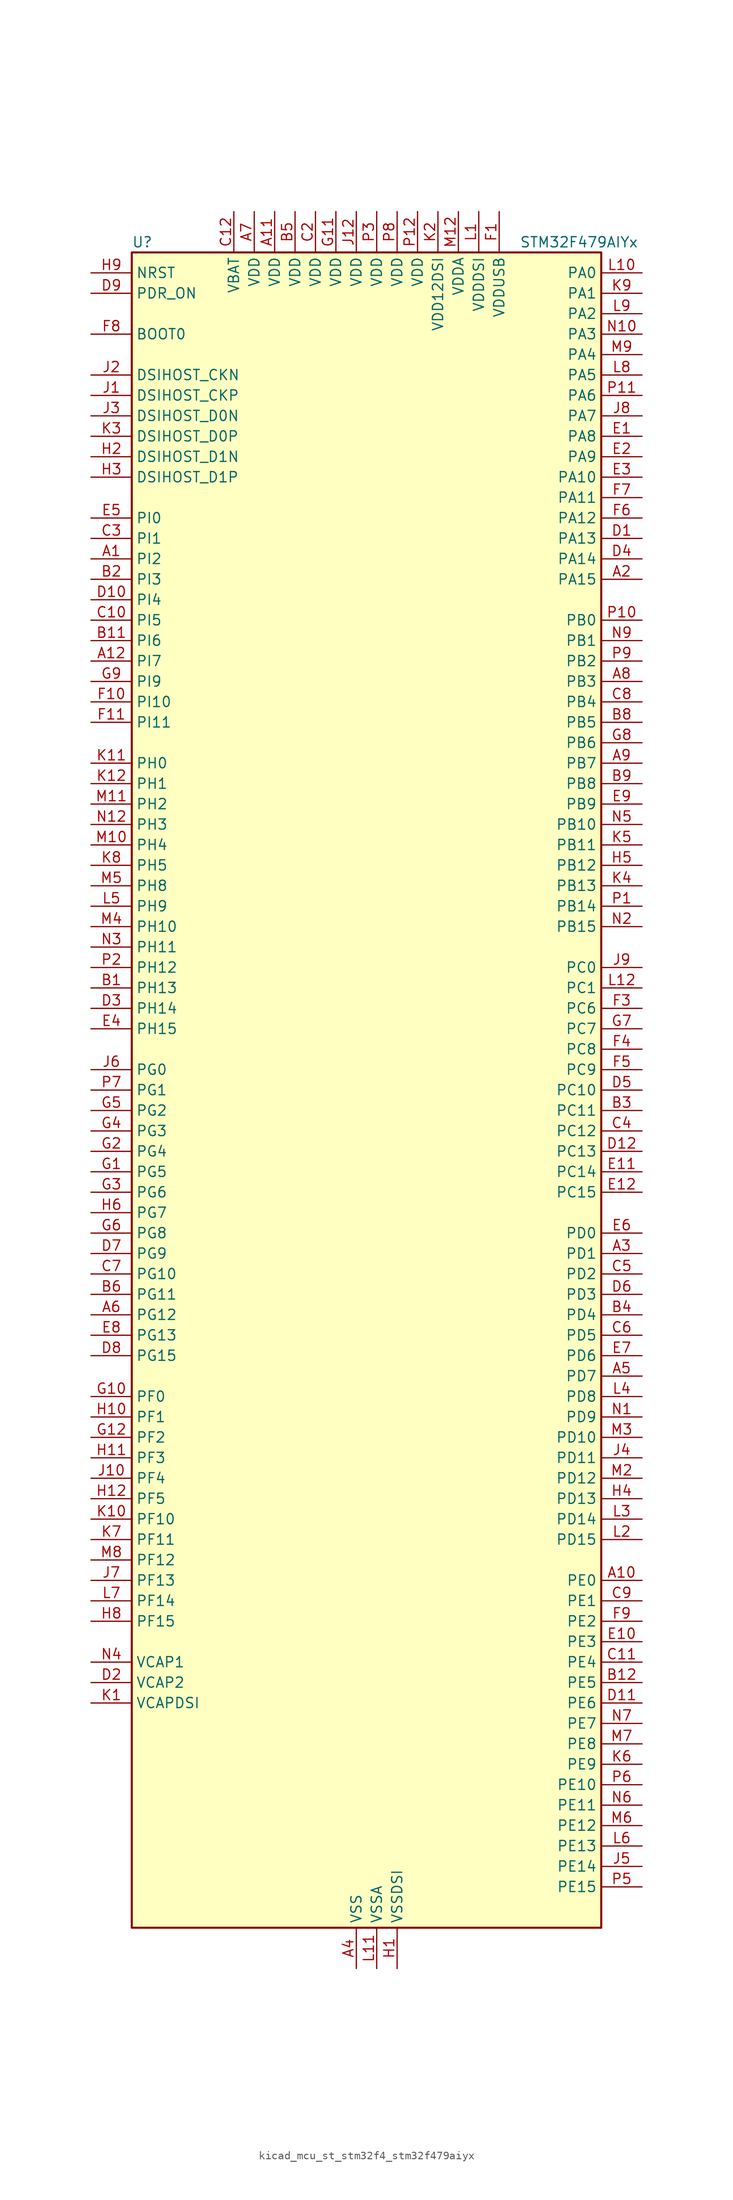
<source format=kicad_sym>
(kicad_symbol_lib
  (version 20220914)
  (generator kicad_symbol_editor)
  (symbol "kicad_mcu_st_stm32f4_stm32f479aiyx"
    (property "Reference" "U"
      (at -27.94 105.41 0)
      (effects (font (size 1.27 1.27)) (justify left)))
    (property "Value" "STM32F479AIYx"
      (at 20.32 105.41 0)
      (effects (font (size 1.27 1.27)) (justify left)))
    (property "ki_locked" ""
      (at 0 0 0)
      (effects (font (size 1.27 1.27))))
    (symbol "kicad_mcu_st_stm32f4_stm32f479aiyx_0_1"
      (rectangle (start -27.94 -104.14) (end 30.48 104.14) (stroke (width 0.254) (type default)) (fill (type background))))
    (symbol "kicad_mcu_st_stm32f4_stm32f479aiyx_1_1"
      (pin bidirectional line (at -33.02 66.04 0) (length 5.08) (name "PI2" (effects (font (size 1.27 1.27)))) (number "A1" (effects (font (size 1.27 1.27)))) (alternate "DCMI_D9" bidirectional line) (alternate "FMC_D26" bidirectional line) (alternate "I2S2_ext_SD" bidirectional line) (alternate "LTDC_G7" bidirectional line) (alternate "SPI2_MISO" bidirectional line) (alternate "TIM8_CH4" bidirectional line))
      (pin bidirectional line (at 35.56 -60.96 180) (length 5.08) (name "PE0" (effects (font (size 1.27 1.27)))) (number "A10" (effects (font (size 1.27 1.27)))) (alternate "DCMI_D2" bidirectional line) (alternate "FMC_NBL0" bidirectional line) (alternate "TIM4_ETR" bidirectional line) (alternate "UART8_RX" bidirectional line))
      (pin power_in line (at -10.16 109.22 270) (length 5.08) (name "VDD" (effects (font (size 1.27 1.27)))) (number "A11" (effects (font (size 1.27 1.27)))))
      (pin bidirectional line (at -33.02 53.34 0) (length 5.08) (name "PI7" (effects (font (size 1.27 1.27)))) (number "A12" (effects (font (size 1.27 1.27)))) (alternate "DCMI_D7" bidirectional line) (alternate "FMC_D29" bidirectional line) (alternate "LTDC_B7" bidirectional line) (alternate "TIM8_CH3" bidirectional line))
      (pin bidirectional line (at 35.56 63.5 180) (length 5.08) (name "PA15" (effects (font (size 1.27 1.27)))) (number "A2" (effects (font (size 1.27 1.27)))) (alternate "ADC1_EXTI15" bidirectional line) (alternate "ADC2_EXTI15" bidirectional line) (alternate "ADC3_EXTI15" bidirectional line) (alternate "I2S3_WS" bidirectional line) (alternate "SPI1_NSS" bidirectional line) (alternate "SPI3_NSS" bidirectional line) (alternate "SYS_JTDI" bidirectional line) (alternate "TIM2_CH1" bidirectional line) (alternate "TIM2_ETR" bidirectional line))
      (pin bidirectional line (at 35.56 -20.32 180) (length 5.08) (name "PD1" (effects (font (size 1.27 1.27)))) (number "A3" (effects (font (size 1.27 1.27)))) (alternate "CAN1_TX" bidirectional line) (alternate "FMC_D3" bidirectional line) (alternate "FMC_DA3" bidirectional line))
      (pin power_in line (at 0 -109.22 90) (length 5.08) (name "VSS" (effects (font (size 1.27 1.27)))) (number "A4" (effects (font (size 1.27 1.27)))))
      (pin bidirectional line (at 35.56 -35.56 180) (length 5.08) (name "PD7" (effects (font (size 1.27 1.27)))) (number "A5" (effects (font (size 1.27 1.27)))) (alternate "FMC_NE1" bidirectional line) (alternate "USART2_CK" bidirectional line))
      (pin bidirectional line (at -33.02 -27.94 0) (length 5.08) (name "PG12" (effects (font (size 1.27 1.27)))) (number "A6" (effects (font (size 1.27 1.27)))) (alternate "FMC_NE4" bidirectional line) (alternate "LTDC_B1" bidirectional line) (alternate "LTDC_B4" bidirectional line) (alternate "SPI6_MISO" bidirectional line) (alternate "USART6_RTS" bidirectional line))
      (pin power_in line (at -12.7 109.22 270) (length 5.08) (name "VDD" (effects (font (size 1.27 1.27)))) (number "A7" (effects (font (size 1.27 1.27)))))
      (pin bidirectional line (at 35.56 50.8 180) (length 5.08) (name "PB3" (effects (font (size 1.27 1.27)))) (number "A8" (effects (font (size 1.27 1.27)))) (alternate "I2S3_CK" bidirectional line) (alternate "SPI1_SCK" bidirectional line) (alternate "SPI3_SCK" bidirectional line) (alternate "SYS_JTDO-SWO" bidirectional line) (alternate "TIM2_CH2" bidirectional line))
      (pin bidirectional line (at 35.56 40.64 180) (length 5.08) (name "PB7" (effects (font (size 1.27 1.27)))) (number "A9" (effects (font (size 1.27 1.27)))) (alternate "DCMI_VSYNC" bidirectional line) (alternate "FMC_NL" bidirectional line) (alternate "I2C1_SDA" bidirectional line) (alternate "TIM4_CH2" bidirectional line) (alternate "USART1_RX" bidirectional line))
      (pin bidirectional line (at -33.02 12.7 0) (length 5.08) (name "PH13" (effects (font (size 1.27 1.27)))) (number "B1" (effects (font (size 1.27 1.27)))) (alternate "CAN1_TX" bidirectional line) (alternate "FMC_D21" bidirectional line) (alternate "LTDC_G2" bidirectional line) (alternate "TIM8_CH1N" bidirectional line))
      (pin passive line (at 0 -109.22 90) (length 5.08) hide (name "VSS" (effects (font (size 1.27 1.27)))) (number "B10" (effects (font (size 1.27 1.27)))))
      (pin bidirectional line (at -33.02 55.88 0) (length 5.08) (name "PI6" (effects (font (size 1.27 1.27)))) (number "B11" (effects (font (size 1.27 1.27)))) (alternate "DCMI_D6" bidirectional line) (alternate "FMC_D28" bidirectional line) (alternate "LTDC_B6" bidirectional line) (alternate "TIM8_CH2" bidirectional line))
      (pin bidirectional line (at 35.56 -73.66 180) (length 5.08) (name "PE5" (effects (font (size 1.27 1.27)))) (number "B12" (effects (font (size 1.27 1.27)))) (alternate "DCMI_D6" bidirectional line) (alternate "FMC_A21" bidirectional line) (alternate "LTDC_G0" bidirectional line) (alternate "SAI1_SCK_A" bidirectional line) (alternate "SPI4_MISO" bidirectional line) (alternate "SYS_TRACED2" bidirectional line) (alternate "TIM9_CH1" bidirectional line))
      (pin bidirectional line (at -33.02 63.5 0) (length 5.08) (name "PI3" (effects (font (size 1.27 1.27)))) (number "B2" (effects (font (size 1.27 1.27)))) (alternate "DCMI_D10" bidirectional line) (alternate "FMC_D27" bidirectional line) (alternate "I2S2_SD" bidirectional line) (alternate "SPI2_MOSI" bidirectional line) (alternate "TIM8_ETR" bidirectional line))
      (pin bidirectional line (at 35.56 -2.54 180) (length 5.08) (name "PC11" (effects (font (size 1.27 1.27)))) (number "B3" (effects (font (size 1.27 1.27)))) (alternate "ADC1_EXTI11" bidirectional line) (alternate "ADC2_EXTI11" bidirectional line) (alternate "ADC3_EXTI11" bidirectional line) (alternate "DCMI_D4" bidirectional line) (alternate "I2S3_ext_SD" bidirectional line) (alternate "QUADSPI_BK2_NCS" bidirectional line) (alternate "SDIO_D3" bidirectional line) (alternate "SPI3_MISO" bidirectional line) (alternate "UART4_RX" bidirectional line) (alternate "USART3_RX" bidirectional line))
      (pin bidirectional line (at 35.56 -27.94 180) (length 5.08) (name "PD4" (effects (font (size 1.27 1.27)))) (number "B4" (effects (font (size 1.27 1.27)))) (alternate "FMC_NOE" bidirectional line) (alternate "USART2_RTS" bidirectional line))
      (pin power_in line (at -7.62 109.22 270) (length 5.08) (name "VDD" (effects (font (size 1.27 1.27)))) (number "B5" (effects (font (size 1.27 1.27)))))
      (pin bidirectional line (at -33.02 -25.4 0) (length 5.08) (name "PG11" (effects (font (size 1.27 1.27)))) (number "B6" (effects (font (size 1.27 1.27)))) (alternate "ADC1_EXTI11" bidirectional line) (alternate "ADC2_EXTI11" bidirectional line) (alternate "ADC3_EXTI11" bidirectional line) (alternate "DCMI_D3" bidirectional line) (alternate "LTDC_B3" bidirectional line))
      (pin passive line (at 0 -109.22 90) (length 5.08) hide (name "VSS" (effects (font (size 1.27 1.27)))) (number "B7" (effects (font (size 1.27 1.27)))))
      (pin bidirectional line (at 35.56 45.72 180) (length 5.08) (name "PB5" (effects (font (size 1.27 1.27)))) (number "B8" (effects (font (size 1.27 1.27)))) (alternate "CAN2_RX" bidirectional line) (alternate "DCMI_D10" bidirectional line) (alternate "FMC_SDCKE1" bidirectional line) (alternate "I2C1_SMBA" bidirectional line) (alternate "I2S3_SD" bidirectional line) (alternate "LTDC_G7" bidirectional line) (alternate "SPI1_MOSI" bidirectional line) (alternate "SPI3_MOSI" bidirectional line) (alternate "TIM3_CH2" bidirectional line) (alternate "USB_OTG_HS_ULPI_D7" bidirectional line))
      (pin bidirectional line (at 35.56 38.1 180) (length 5.08) (name "PB8" (effects (font (size 1.27 1.27)))) (number "B9" (effects (font (size 1.27 1.27)))) (alternate "CAN1_RX" bidirectional line) (alternate "DCMI_D6" bidirectional line) (alternate "I2C1_SCL" bidirectional line) (alternate "LTDC_B6" bidirectional line) (alternate "SDIO_D4" bidirectional line) (alternate "TIM10_CH1" bidirectional line) (alternate "TIM4_CH3" bidirectional line))
      (pin passive line (at 0 -109.22 90) (length 5.08) hide (name "VSS" (effects (font (size 1.27 1.27)))) (number "C1" (effects (font (size 1.27 1.27)))))
      (pin bidirectional line (at -33.02 58.42 0) (length 5.08) (name "PI5" (effects (font (size 1.27 1.27)))) (number "C10" (effects (font (size 1.27 1.27)))) (alternate "DCMI_VSYNC" bidirectional line) (alternate "FMC_NBL3" bidirectional line) (alternate "LTDC_B5" bidirectional line) (alternate "TIM8_CH1" bidirectional line))
      (pin bidirectional line (at 35.56 -71.12 180) (length 5.08) (name "PE4" (effects (font (size 1.27 1.27)))) (number "C11" (effects (font (size 1.27 1.27)))) (alternate "DCMI_D4" bidirectional line) (alternate "FMC_A20" bidirectional line) (alternate "LTDC_B0" bidirectional line) (alternate "SAI1_FS_A" bidirectional line) (alternate "SPI4_NSS" bidirectional line) (alternate "SYS_TRACED1" bidirectional line))
      (pin power_in line (at -15.24 109.22 270) (length 5.08) (name "VBAT" (effects (font (size 1.27 1.27)))) (number "C12" (effects (font (size 1.27 1.27)))))
      (pin power_in line (at -5.08 109.22 270) (length 5.08) (name "VDD" (effects (font (size 1.27 1.27)))) (number "C2" (effects (font (size 1.27 1.27)))))
      (pin bidirectional line (at -33.02 68.58 0) (length 5.08) (name "PI1" (effects (font (size 1.27 1.27)))) (number "C3" (effects (font (size 1.27 1.27)))) (alternate "DCMI_D8" bidirectional line) (alternate "FMC_D25" bidirectional line) (alternate "I2S2_CK" bidirectional line) (alternate "LTDC_G6" bidirectional line) (alternate "SPI2_SCK" bidirectional line))
      (pin bidirectional line (at 35.56 -5.08 180) (length 5.08) (name "PC12" (effects (font (size 1.27 1.27)))) (number "C4" (effects (font (size 1.27 1.27)))) (alternate "DCMI_D9" bidirectional line) (alternate "I2S3_SD" bidirectional line) (alternate "SDIO_CK" bidirectional line) (alternate "SPI3_MOSI" bidirectional line) (alternate "SYS_TRACED3" bidirectional line) (alternate "UART5_TX" bidirectional line) (alternate "USART3_CK" bidirectional line))
      (pin bidirectional line (at 35.56 -22.86 180) (length 5.08) (name "PD2" (effects (font (size 1.27 1.27)))) (number "C5" (effects (font (size 1.27 1.27)))) (alternate "DCMI_D11" bidirectional line) (alternate "SDIO_CMD" bidirectional line) (alternate "SYS_TRACED2" bidirectional line) (alternate "TIM3_ETR" bidirectional line) (alternate "UART5_RX" bidirectional line))
      (pin bidirectional line (at 35.56 -30.48 180) (length 5.08) (name "PD5" (effects (font (size 1.27 1.27)))) (number "C6" (effects (font (size 1.27 1.27)))) (alternate "FMC_NWE" bidirectional line) (alternate "USART2_TX" bidirectional line))
      (pin bidirectional line (at -33.02 -22.86 0) (length 5.08) (name "PG10" (effects (font (size 1.27 1.27)))) (number "C7" (effects (font (size 1.27 1.27)))) (alternate "DCMI_D2" bidirectional line) (alternate "FMC_NE3" bidirectional line) (alternate "LTDC_B2" bidirectional line) (alternate "LTDC_G3" bidirectional line))
      (pin bidirectional line (at 35.56 48.26 180) (length 5.08) (name "PB4" (effects (font (size 1.27 1.27)))) (number "C8" (effects (font (size 1.27 1.27)))) (alternate "I2S3_ext_SD" bidirectional line) (alternate "SPI1_MISO" bidirectional line) (alternate "SPI3_MISO" bidirectional line) (alternate "SYS_JTRST" bidirectional line) (alternate "TIM3_CH1" bidirectional line))
      (pin bidirectional line (at 35.56 -63.5 180) (length 5.08) (name "PE1" (effects (font (size 1.27 1.27)))) (number "C9" (effects (font (size 1.27 1.27)))) (alternate "DCMI_D3" bidirectional line) (alternate "FMC_NBL1" bidirectional line) (alternate "UART8_TX" bidirectional line))
      (pin bidirectional line (at 35.56 68.58 180) (length 5.08) (name "PA13" (effects (font (size 1.27 1.27)))) (number "D1" (effects (font (size 1.27 1.27)))) (alternate "SYS_JTMS-SWDIO" bidirectional line))
      (pin bidirectional line (at -33.02 60.96 0) (length 5.08) (name "PI4" (effects (font (size 1.27 1.27)))) (number "D10" (effects (font (size 1.27 1.27)))) (alternate "DCMI_D5" bidirectional line) (alternate "FMC_NBL2" bidirectional line) (alternate "LTDC_B4" bidirectional line) (alternate "TIM8_BKIN" bidirectional line))
      (pin bidirectional line (at 35.56 -76.2 180) (length 5.08) (name "PE6" (effects (font (size 1.27 1.27)))) (number "D11" (effects (font (size 1.27 1.27)))) (alternate "DCMI_D7" bidirectional line) (alternate "FMC_A22" bidirectional line) (alternate "LTDC_G1" bidirectional line) (alternate "SAI1_SD_A" bidirectional line) (alternate "SPI4_MOSI" bidirectional line) (alternate "SYS_TRACED3" bidirectional line) (alternate "TIM9_CH2" bidirectional line))
      (pin bidirectional line (at 35.56 -7.62 180) (length 5.08) (name "PC13" (effects (font (size 1.27 1.27)))) (number "D12" (effects (font (size 1.27 1.27)))) (alternate "RTC_AF1" bidirectional line))
      (pin power_out line (at -33.02 -73.66 0) (length 5.08) (name "VCAP2" (effects (font (size 1.27 1.27)))) (number "D2" (effects (font (size 1.27 1.27)))))
      (pin bidirectional line (at -33.02 10.16 0) (length 5.08) (name "PH14" (effects (font (size 1.27 1.27)))) (number "D3" (effects (font (size 1.27 1.27)))) (alternate "DCMI_D4" bidirectional line) (alternate "FMC_D22" bidirectional line) (alternate "LTDC_G3" bidirectional line) (alternate "TIM8_CH2N" bidirectional line))
      (pin bidirectional line (at 35.56 66.04 180) (length 5.08) (name "PA14" (effects (font (size 1.27 1.27)))) (number "D4" (effects (font (size 1.27 1.27)))) (alternate "SYS_JTCK-SWCLK" bidirectional line))
      (pin bidirectional line (at 35.56 0 180) (length 5.08) (name "PC10" (effects (font (size 1.27 1.27)))) (number "D5" (effects (font (size 1.27 1.27)))) (alternate "DCMI_D8" bidirectional line) (alternate "I2S3_CK" bidirectional line) (alternate "LTDC_R2" bidirectional line) (alternate "QUADSPI_BK1_IO1" bidirectional line) (alternate "SDIO_D2" bidirectional line) (alternate "SPI3_SCK" bidirectional line) (alternate "UART4_TX" bidirectional line) (alternate "USART3_TX" bidirectional line))
      (pin bidirectional line (at 35.56 -25.4 180) (length 5.08) (name "PD3" (effects (font (size 1.27 1.27)))) (number "D6" (effects (font (size 1.27 1.27)))) (alternate "DCMI_D5" bidirectional line) (alternate "FMC_CLK" bidirectional line) (alternate "I2S2_CK" bidirectional line) (alternate "LTDC_G7" bidirectional line) (alternate "SPI2_SCK" bidirectional line) (alternate "USART2_CTS" bidirectional line))
      (pin bidirectional line (at -33.02 -20.32 0) (length 5.08) (name "PG9" (effects (font (size 1.27 1.27)))) (number "D7" (effects (font (size 1.27 1.27)))) (alternate "DAC_EXTI9" bidirectional line) (alternate "DCMI_VSYNC" bidirectional line) (alternate "FMC_NCE" bidirectional line) (alternate "FMC_NE2" bidirectional line) (alternate "QUADSPI_BK2_IO2" bidirectional line) (alternate "USART6_RX" bidirectional line))
      (pin bidirectional line (at -33.02 -33.02 0) (length 5.08) (name "PG15" (effects (font (size 1.27 1.27)))) (number "D8" (effects (font (size 1.27 1.27)))) (alternate "ADC1_EXTI15" bidirectional line) (alternate "ADC2_EXTI15" bidirectional line) (alternate "ADC3_EXTI15" bidirectional line) (alternate "DCMI_D13" bidirectional line) (alternate "FMC_SDNCAS" bidirectional line) (alternate "USART6_CTS" bidirectional line))
      (pin input line (at -33.02 99.06 0) (length 5.08) (name "PDR_ON" (effects (font (size 1.27 1.27)))) (number "D9" (effects (font (size 1.27 1.27)))))
      (pin bidirectional line (at 35.56 81.28 180) (length 5.08) (name "PA8" (effects (font (size 1.27 1.27)))) (number "E1" (effects (font (size 1.27 1.27)))) (alternate "I2C3_SCL" bidirectional line) (alternate "LTDC_R6" bidirectional line) (alternate "RCC_MCO_1" bidirectional line) (alternate "TIM1_CH1" bidirectional line) (alternate "USART1_CK" bidirectional line) (alternate "USB_OTG_FS_SOF" bidirectional line))
      (pin bidirectional line (at 35.56 -68.58 180) (length 5.08) (name "PE3" (effects (font (size 1.27 1.27)))) (number "E10" (effects (font (size 1.27 1.27)))) (alternate "FMC_A19" bidirectional line) (alternate "SAI1_SD_B" bidirectional line) (alternate "SYS_TRACED0" bidirectional line))
      (pin bidirectional line (at 35.56 -10.16 180) (length 5.08) (name "PC14" (effects (font (size 1.27 1.27)))) (number "E11" (effects (font (size 1.27 1.27)))) (alternate "RCC_OSC32_IN" bidirectional line))
      (pin bidirectional line (at 35.56 -12.7 180) (length 5.08) (name "PC15" (effects (font (size 1.27 1.27)))) (number "E12" (effects (font (size 1.27 1.27)))) (alternate "ADC1_EXTI15" bidirectional line) (alternate "ADC2_EXTI15" bidirectional line) (alternate "ADC3_EXTI15" bidirectional line) (alternate "RCC_OSC32_OUT" bidirectional line))
      (pin bidirectional line (at 35.56 78.74 180) (length 5.08) (name "PA9" (effects (font (size 1.27 1.27)))) (number "E2" (effects (font (size 1.27 1.27)))) (alternate "DAC_EXTI9" bidirectional line) (alternate "DCMI_D0" bidirectional line) (alternate "I2C3_SMBA" bidirectional line) (alternate "I2S2_CK" bidirectional line) (alternate "SPI2_SCK" bidirectional line) (alternate "TIM1_CH2" bidirectional line) (alternate "USART1_TX" bidirectional line) (alternate "USB_OTG_FS_VBUS" bidirectional line))
      (pin bidirectional line (at 35.56 76.2 180) (length 5.08) (name "PA10" (effects (font (size 1.27 1.27)))) (number "E3" (effects (font (size 1.27 1.27)))) (alternate "DCMI_D1" bidirectional line) (alternate "TIM1_CH3" bidirectional line) (alternate "USART1_RX" bidirectional line) (alternate "USB_OTG_FS_ID" bidirectional line))
      (pin bidirectional line (at -33.02 7.62 0) (length 5.08) (name "PH15" (effects (font (size 1.27 1.27)))) (number "E4" (effects (font (size 1.27 1.27)))) (alternate "ADC1_EXTI15" bidirectional line) (alternate "ADC2_EXTI15" bidirectional line) (alternate "ADC3_EXTI15" bidirectional line) (alternate "DCMI_D11" bidirectional line) (alternate "FMC_D23" bidirectional line) (alternate "LTDC_G4" bidirectional line) (alternate "TIM8_CH3N" bidirectional line))
      (pin bidirectional line (at -33.02 71.12 0) (length 5.08) (name "PI0" (effects (font (size 1.27 1.27)))) (number "E5" (effects (font (size 1.27 1.27)))) (alternate "DCMI_D13" bidirectional line) (alternate "FMC_D24" bidirectional line) (alternate "I2S2_WS" bidirectional line) (alternate "LTDC_G5" bidirectional line) (alternate "SPI2_NSS" bidirectional line) (alternate "TIM5_CH4" bidirectional line))
      (pin bidirectional line (at 35.56 -17.78 180) (length 5.08) (name "PD0" (effects (font (size 1.27 1.27)))) (number "E6" (effects (font (size 1.27 1.27)))) (alternate "CAN1_RX" bidirectional line) (alternate "FMC_D2" bidirectional line) (alternate "FMC_DA2" bidirectional line))
      (pin bidirectional line (at 35.56 -33.02 180) (length 5.08) (name "PD6" (effects (font (size 1.27 1.27)))) (number "E7" (effects (font (size 1.27 1.27)))) (alternate "DCMI_D10" bidirectional line) (alternate "FMC_NWAIT" bidirectional line) (alternate "I2S3_SD" bidirectional line) (alternate "LTDC_B2" bidirectional line) (alternate "SAI1_SD_A" bidirectional line) (alternate "SPI3_MOSI" bidirectional line) (alternate "USART2_RX" bidirectional line))
      (pin bidirectional line (at -33.02 -30.48 0) (length 5.08) (name "PG13" (effects (font (size 1.27 1.27)))) (number "E8" (effects (font (size 1.27 1.27)))) (alternate "FMC_A24" bidirectional line) (alternate "LTDC_R0" bidirectional line) (alternate "SPI6_SCK" bidirectional line) (alternate "SYS_TRACED0" bidirectional line) (alternate "USART6_CTS" bidirectional line))
      (pin bidirectional line (at 35.56 35.56 180) (length 5.08) (name "PB9" (effects (font (size 1.27 1.27)))) (number "E9" (effects (font (size 1.27 1.27)))) (alternate "CAN1_TX" bidirectional line) (alternate "DAC_EXTI9" bidirectional line) (alternate "DCMI_D7" bidirectional line) (alternate "I2C1_SDA" bidirectional line) (alternate "I2S2_WS" bidirectional line) (alternate "LTDC_B7" bidirectional line) (alternate "SDIO_D5" bidirectional line) (alternate "SPI2_NSS" bidirectional line) (alternate "TIM11_CH1" bidirectional line) (alternate "TIM4_CH4" bidirectional line))
      (pin power_in line (at 17.78 109.22 270) (length 5.08) (name "VDDUSB" (effects (font (size 1.27 1.27)))) (number "F1" (effects (font (size 1.27 1.27)))))
      (pin bidirectional line (at -33.02 48.26 0) (length 5.08) (name "PI10" (effects (font (size 1.27 1.27)))) (number "F10" (effects (font (size 1.27 1.27)))) (alternate "FMC_D31" bidirectional line) (alternate "LTDC_HSYNC" bidirectional line))
      (pin bidirectional line (at -33.02 45.72 0) (length 5.08) (name "PI11" (effects (font (size 1.27 1.27)))) (number "F11" (effects (font (size 1.27 1.27)))) (alternate "ADC1_EXTI11" bidirectional line) (alternate "ADC2_EXTI11" bidirectional line) (alternate "ADC3_EXTI11" bidirectional line) (alternate "LTDC_G6" bidirectional line) (alternate "USB_OTG_HS_ULPI_DIR" bidirectional line))
      (pin passive line (at 0 -109.22 90) (length 5.08) hide (name "VSS" (effects (font (size 1.27 1.27)))) (number "F12" (effects (font (size 1.27 1.27)))))
      (pin passive line (at 0 -109.22 90) (length 5.08) hide (name "VSS" (effects (font (size 1.27 1.27)))) (number "F2" (effects (font (size 1.27 1.27)))))
      (pin bidirectional line (at 35.56 10.16 180) (length 5.08) (name "PC6" (effects (font (size 1.27 1.27)))) (number "F3" (effects (font (size 1.27 1.27)))) (alternate "DCMI_D0" bidirectional line) (alternate "I2S2_MCK" bidirectional line) (alternate "LTDC_HSYNC" bidirectional line) (alternate "SDIO_D6" bidirectional line) (alternate "TIM3_CH1" bidirectional line) (alternate "TIM8_CH1" bidirectional line) (alternate "USART6_TX" bidirectional line))
      (pin bidirectional line (at 35.56 5.08 180) (length 5.08) (name "PC8" (effects (font (size 1.27 1.27)))) (number "F4" (effects (font (size 1.27 1.27)))) (alternate "DCMI_D2" bidirectional line) (alternate "SDIO_D0" bidirectional line) (alternate "SYS_TRACED1" bidirectional line) (alternate "TIM3_CH3" bidirectional line) (alternate "TIM8_CH3" bidirectional line) (alternate "USART6_CK" bidirectional line))
      (pin bidirectional line (at 35.56 2.54 180) (length 5.08) (name "PC9" (effects (font (size 1.27 1.27)))) (number "F5" (effects (font (size 1.27 1.27)))) (alternate "DAC_EXTI9" bidirectional line) (alternate "DCMI_D3" bidirectional line) (alternate "I2C3_SDA" bidirectional line) (alternate "I2S_CKIN" bidirectional line) (alternate "QUADSPI_BK1_IO0" bidirectional line) (alternate "RCC_MCO_2" bidirectional line) (alternate "SDIO_D1" bidirectional line) (alternate "TIM3_CH4" bidirectional line) (alternate "TIM8_CH4" bidirectional line))
      (pin bidirectional line (at 35.56 71.12 180) (length 5.08) (name "PA12" (effects (font (size 1.27 1.27)))) (number "F6" (effects (font (size 1.27 1.27)))) (alternate "CAN1_TX" bidirectional line) (alternate "LTDC_R5" bidirectional line) (alternate "TIM1_ETR" bidirectional line) (alternate "USART1_RTS" bidirectional line) (alternate "USB_OTG_FS_DP" bidirectional line))
      (pin bidirectional line (at 35.56 73.66 180) (length 5.08) (name "PA11" (effects (font (size 1.27 1.27)))) (number "F7" (effects (font (size 1.27 1.27)))) (alternate "ADC1_EXTI11" bidirectional line) (alternate "ADC2_EXTI11" bidirectional line) (alternate "ADC3_EXTI11" bidirectional line) (alternate "CAN1_RX" bidirectional line) (alternate "LTDC_R4" bidirectional line) (alternate "TIM1_CH4" bidirectional line) (alternate "USART1_CTS" bidirectional line) (alternate "USB_OTG_FS_DM" bidirectional line))
      (pin input line (at -33.02 93.98 0) (length 5.08) (name "BOOT0" (effects (font (size 1.27 1.27)))) (number "F8" (effects (font (size 1.27 1.27)))))
      (pin bidirectional line (at 35.56 -66.04 180) (length 5.08) (name "PE2" (effects (font (size 1.27 1.27)))) (number "F9" (effects (font (size 1.27 1.27)))) (alternate "FMC_A23" bidirectional line) (alternate "QUADSPI_BK1_IO2" bidirectional line) (alternate "SAI1_MCLK_A" bidirectional line) (alternate "SPI4_SCK" bidirectional line) (alternate "SYS_TRACECLK" bidirectional line))
      (pin bidirectional line (at -33.02 -10.16 0) (length 5.08) (name "PG5" (effects (font (size 1.27 1.27)))) (number "G1" (effects (font (size 1.27 1.27)))) (alternate "FMC_A15" bidirectional line) (alternate "FMC_BA1" bidirectional line))
      (pin bidirectional line (at -33.02 -38.1 0) (length 5.08) (name "PF0" (effects (font (size 1.27 1.27)))) (number "G10" (effects (font (size 1.27 1.27)))) (alternate "FMC_A0" bidirectional line) (alternate "I2C2_SDA" bidirectional line))
      (pin power_in line (at -2.54 109.22 270) (length 5.08) (name "VDD" (effects (font (size 1.27 1.27)))) (number "G11" (effects (font (size 1.27 1.27)))))
      (pin bidirectional line (at -33.02 -43.18 0) (length 5.08) (name "PF2" (effects (font (size 1.27 1.27)))) (number "G12" (effects (font (size 1.27 1.27)))) (alternate "FMC_A2" bidirectional line) (alternate "I2C2_SMBA" bidirectional line))
      (pin bidirectional line (at -33.02 -7.62 0) (length 5.08) (name "PG4" (effects (font (size 1.27 1.27)))) (number "G2" (effects (font (size 1.27 1.27)))) (alternate "FMC_A14" bidirectional line) (alternate "FMC_BA0" bidirectional line))
      (pin bidirectional line (at -33.02 -12.7 0) (length 5.08) (name "PG6" (effects (font (size 1.27 1.27)))) (number "G3" (effects (font (size 1.27 1.27)))) (alternate "DCMI_D12" bidirectional line) (alternate "LTDC_R7" bidirectional line))
      (pin bidirectional line (at -33.02 -5.08 0) (length 5.08) (name "PG3" (effects (font (size 1.27 1.27)))) (number "G4" (effects (font (size 1.27 1.27)))) (alternate "FMC_A13" bidirectional line))
      (pin bidirectional line (at -33.02 -2.54 0) (length 5.08) (name "PG2" (effects (font (size 1.27 1.27)))) (number "G5" (effects (font (size 1.27 1.27)))) (alternate "FMC_A12" bidirectional line))
      (pin bidirectional line (at -33.02 -17.78 0) (length 5.08) (name "PG8" (effects (font (size 1.27 1.27)))) (number "G6" (effects (font (size 1.27 1.27)))) (alternate "FMC_SDCLK" bidirectional line) (alternate "LTDC_G7" bidirectional line) (alternate "SPI6_NSS" bidirectional line) (alternate "USART6_RTS" bidirectional line))
      (pin bidirectional line (at 35.56 7.62 180) (length 5.08) (name "PC7" (effects (font (size 1.27 1.27)))) (number "G7" (effects (font (size 1.27 1.27)))) (alternate "DCMI_D1" bidirectional line) (alternate "I2S3_MCK" bidirectional line) (alternate "LTDC_G6" bidirectional line) (alternate "SDIO_D7" bidirectional line) (alternate "TIM3_CH2" bidirectional line) (alternate "TIM8_CH2" bidirectional line) (alternate "USART6_RX" bidirectional line))
      (pin bidirectional line (at 35.56 43.18 180) (length 5.08) (name "PB6" (effects (font (size 1.27 1.27)))) (number "G8" (effects (font (size 1.27 1.27)))) (alternate "CAN2_TX" bidirectional line) (alternate "DCMI_D5" bidirectional line) (alternate "FMC_SDNE1" bidirectional line) (alternate "I2C1_SCL" bidirectional line) (alternate "QUADSPI_BK1_NCS" bidirectional line) (alternate "TIM4_CH1" bidirectional line) (alternate "USART1_TX" bidirectional line))
      (pin bidirectional line (at -33.02 50.8 0) (length 5.08) (name "PI9" (effects (font (size 1.27 1.27)))) (number "G9" (effects (font (size 1.27 1.27)))) (alternate "CAN1_RX" bidirectional line) (alternate "DAC_EXTI9" bidirectional line) (alternate "FMC_D30" bidirectional line) (alternate "LTDC_VSYNC" bidirectional line))
      (pin power_in line (at 5.08 -109.22 90) (length 5.08) (name "VSSDSI" (effects (font (size 1.27 1.27)))) (number "H1" (effects (font (size 1.27 1.27)))))
      (pin bidirectional line (at -33.02 -40.64 0) (length 5.08) (name "PF1" (effects (font (size 1.27 1.27)))) (number "H10" (effects (font (size 1.27 1.27)))) (alternate "FMC_A1" bidirectional line) (alternate "I2C2_SCL" bidirectional line))
      (pin bidirectional line (at -33.02 -45.72 0) (length 5.08) (name "PF3" (effects (font (size 1.27 1.27)))) (number "H11" (effects (font (size 1.27 1.27)))) (alternate "ADC3_IN9" bidirectional line) (alternate "FMC_A3" bidirectional line))
      (pin bidirectional line (at -33.02 -50.8 0) (length 5.08) (name "PF5" (effects (font (size 1.27 1.27)))) (number "H12" (effects (font (size 1.27 1.27)))) (alternate "ADC3_IN15" bidirectional line) (alternate "FMC_A5" bidirectional line))
      (pin bidirectional line (at -33.02 78.74 0) (length 5.08) (name "DSIHOST_D1N" (effects (font (size 1.27 1.27)))) (number "H2" (effects (font (size 1.27 1.27)))) (alternate "DSIHOST_D1N" bidirectional line))
      (pin bidirectional line (at -33.02 76.2 0) (length 5.08) (name "DSIHOST_D1P" (effects (font (size 1.27 1.27)))) (number "H3" (effects (font (size 1.27 1.27)))) (alternate "DSIHOST_D1P" bidirectional line))
      (pin bidirectional line (at 35.56 -50.8 180) (length 5.08) (name "PD13" (effects (font (size 1.27 1.27)))) (number "H4" (effects (font (size 1.27 1.27)))) (alternate "FMC_A18" bidirectional line) (alternate "QUADSPI_BK1_IO3" bidirectional line) (alternate "TIM4_CH2" bidirectional line))
      (pin bidirectional line (at 35.56 27.94 180) (length 5.08) (name "PB12" (effects (font (size 1.27 1.27)))) (number "H5" (effects (font (size 1.27 1.27)))) (alternate "CAN2_RX" bidirectional line) (alternate "I2C2_SMBA" bidirectional line) (alternate "I2S2_WS" bidirectional line) (alternate "SPI2_NSS" bidirectional line) (alternate "TIM1_BKIN" bidirectional line) (alternate "USART3_CK" bidirectional line) (alternate "USB_OTG_HS_ID" bidirectional line) (alternate "USB_OTG_HS_ULPI_D5" bidirectional line))
      (pin bidirectional line (at -33.02 -15.24 0) (length 5.08) (name "PG7" (effects (font (size 1.27 1.27)))) (number "H6" (effects (font (size 1.27 1.27)))) (alternate "DCMI_D13" bidirectional line) (alternate "FMC_INT" bidirectional line) (alternate "LTDC_CLK" bidirectional line) (alternate "SAI1_MCLK_A" bidirectional line) (alternate "USART6_CK" bidirectional line))
      (pin passive line (at 0 -109.22 90) (length 5.08) hide (name "VSS" (effects (font (size 1.27 1.27)))) (number "H7" (effects (font (size 1.27 1.27)))))
      (pin bidirectional line (at -33.02 -66.04 0) (length 5.08) (name "PF15" (effects (font (size 1.27 1.27)))) (number "H8" (effects (font (size 1.27 1.27)))) (alternate "ADC1_EXTI15" bidirectional line) (alternate "ADC2_EXTI15" bidirectional line) (alternate "ADC3_EXTI15" bidirectional line) (alternate "FMC_A9" bidirectional line))
      (pin input line (at -33.02 101.6 0) (length 5.08) (name "NRST" (effects (font (size 1.27 1.27)))) (number "H9" (effects (font (size 1.27 1.27)))))
      (pin bidirectional line (at -33.02 86.36 0) (length 5.08) (name "DSIHOST_CKP" (effects (font (size 1.27 1.27)))) (number "J1" (effects (font (size 1.27 1.27)))) (alternate "DSIHOST_CKP" bidirectional line))
      (pin bidirectional line (at -33.02 -48.26 0) (length 5.08) (name "PF4" (effects (font (size 1.27 1.27)))) (number "J10" (effects (font (size 1.27 1.27)))) (alternate "ADC3_IN14" bidirectional line) (alternate "FMC_A4" bidirectional line))
      (pin passive line (at 0 -109.22 90) (length 5.08) hide (name "VSS" (effects (font (size 1.27 1.27)))) (number "J11" (effects (font (size 1.27 1.27)))))
      (pin power_in line (at 0 109.22 270) (length 5.08) (name "VDD" (effects (font (size 1.27 1.27)))) (number "J12" (effects (font (size 1.27 1.27)))))
      (pin bidirectional line (at -33.02 88.9 0) (length 5.08) (name "DSIHOST_CKN" (effects (font (size 1.27 1.27)))) (number "J2" (effects (font (size 1.27 1.27)))) (alternate "DSIHOST_CKN" bidirectional line))
      (pin bidirectional line (at -33.02 83.82 0) (length 5.08) (name "DSIHOST_D0N" (effects (font (size 1.27 1.27)))) (number "J3" (effects (font (size 1.27 1.27)))) (alternate "DSIHOST_D0N" bidirectional line))
      (pin bidirectional line (at 35.56 -45.72 180) (length 5.08) (name "PD11" (effects (font (size 1.27 1.27)))) (number "J4" (effects (font (size 1.27 1.27)))) (alternate "ADC1_EXTI11" bidirectional line) (alternate "ADC2_EXTI11" bidirectional line) (alternate "ADC3_EXTI11" bidirectional line) (alternate "FMC_A16" bidirectional line) (alternate "FMC_CLE" bidirectional line) (alternate "QUADSPI_BK1_IO0" bidirectional line) (alternate "USART3_CTS" bidirectional line))
      (pin bidirectional line (at 35.56 -96.52 180) (length 5.08) (name "PE14" (effects (font (size 1.27 1.27)))) (number "J5" (effects (font (size 1.27 1.27)))) (alternate "FMC_D11" bidirectional line) (alternate "FMC_DA11" bidirectional line) (alternate "LTDC_CLK" bidirectional line) (alternate "SPI4_MOSI" bidirectional line) (alternate "TIM1_CH4" bidirectional line))
      (pin bidirectional line (at -33.02 2.54 0) (length 5.08) (name "PG0" (effects (font (size 1.27 1.27)))) (number "J6" (effects (font (size 1.27 1.27)))) (alternate "FMC_A10" bidirectional line))
      (pin bidirectional line (at -33.02 -60.96 0) (length 5.08) (name "PF13" (effects (font (size 1.27 1.27)))) (number "J7" (effects (font (size 1.27 1.27)))) (alternate "FMC_A7" bidirectional line))
      (pin bidirectional line (at 35.56 83.82 180) (length 5.08) (name "PA7" (effects (font (size 1.27 1.27)))) (number "J8" (effects (font (size 1.27 1.27)))) (alternate "ADC1_IN7" bidirectional line) (alternate "ADC2_IN7" bidirectional line) (alternate "FMC_SDNWE" bidirectional line) (alternate "QUADSPI_CLK" bidirectional line) (alternate "SPI1_MOSI" bidirectional line) (alternate "TIM14_CH1" bidirectional line) (alternate "TIM1_CH1N" bidirectional line) (alternate "TIM3_CH2" bidirectional line) (alternate "TIM8_CH1N" bidirectional line))
      (pin bidirectional line (at 35.56 15.24 180) (length 5.08) (name "PC0" (effects (font (size 1.27 1.27)))) (number "J9" (effects (font (size 1.27 1.27)))) (alternate "ADC1_IN10" bidirectional line) (alternate "ADC2_IN10" bidirectional line) (alternate "ADC3_IN10" bidirectional line) (alternate "FMC_SDNWE" bidirectional line) (alternate "LTDC_R5" bidirectional line) (alternate "USB_OTG_HS_ULPI_STP" bidirectional line))
      (pin power_out line (at -33.02 -76.2 0) (length 5.08) (name "VCAPDSI" (effects (font (size 1.27 1.27)))) (number "K1" (effects (font (size 1.27 1.27)))))
      (pin bidirectional line (at -33.02 -53.34 0) (length 5.08) (name "PF10" (effects (font (size 1.27 1.27)))) (number "K10" (effects (font (size 1.27 1.27)))) (alternate "ADC3_IN8" bidirectional line) (alternate "DCMI_D11" bidirectional line) (alternate "LTDC_DE" bidirectional line) (alternate "QUADSPI_CLK" bidirectional line))
      (pin bidirectional line (at -33.02 40.64 0) (length 5.08) (name "PH0" (effects (font (size 1.27 1.27)))) (number "K11" (effects (font (size 1.27 1.27)))) (alternate "RCC_OSC_IN" bidirectional line))
      (pin bidirectional line (at -33.02 38.1 0) (length 5.08) (name "PH1" (effects (font (size 1.27 1.27)))) (number "K12" (effects (font (size 1.27 1.27)))) (alternate "RCC_OSC_OUT" bidirectional line))
      (pin power_in line (at 10.16 109.22 270) (length 5.08) (name "VDD12DSI" (effects (font (size 1.27 1.27)))) (number "K2" (effects (font (size 1.27 1.27)))))
      (pin bidirectional line (at -33.02 81.28 0) (length 5.08) (name "DSIHOST_D0P" (effects (font (size 1.27 1.27)))) (number "K3" (effects (font (size 1.27 1.27)))) (alternate "DSIHOST_D0P" bidirectional line))
      (pin bidirectional line (at 35.56 25.4 180) (length 5.08) (name "PB13" (effects (font (size 1.27 1.27)))) (number "K4" (effects (font (size 1.27 1.27)))) (alternate "CAN2_TX" bidirectional line) (alternate "I2S2_CK" bidirectional line) (alternate "SPI2_SCK" bidirectional line) (alternate "TIM1_CH1N" bidirectional line) (alternate "USART3_CTS" bidirectional line) (alternate "USB_OTG_HS_ULPI_D6" bidirectional line) (alternate "USB_OTG_HS_VBUS" bidirectional line))
      (pin bidirectional line (at 35.56 30.48 180) (length 5.08) (name "PB11" (effects (font (size 1.27 1.27)))) (number "K5" (effects (font (size 1.27 1.27)))) (alternate "ADC1_EXTI11" bidirectional line) (alternate "ADC2_EXTI11" bidirectional line) (alternate "ADC3_EXTI11" bidirectional line) (alternate "DSIHOST_TE" bidirectional line) (alternate "I2C2_SDA" bidirectional line) (alternate "LTDC_G5" bidirectional line) (alternate "TIM2_CH4" bidirectional line) (alternate "USART3_RX" bidirectional line) (alternate "USB_OTG_HS_ULPI_D4" bidirectional line))
      (pin bidirectional line (at 35.56 -83.82 180) (length 5.08) (name "PE9" (effects (font (size 1.27 1.27)))) (number "K6" (effects (font (size 1.27 1.27)))) (alternate "DAC_EXTI9" bidirectional line) (alternate "FMC_D6" bidirectional line) (alternate "FMC_DA6" bidirectional line) (alternate "QUADSPI_BK2_IO2" bidirectional line) (alternate "TIM1_CH1" bidirectional line))
      (pin bidirectional line (at -33.02 -55.88 0) (length 5.08) (name "PF11" (effects (font (size 1.27 1.27)))) (number "K7" (effects (font (size 1.27 1.27)))) (alternate "ADC1_EXTI11" bidirectional line) (alternate "ADC2_EXTI11" bidirectional line) (alternate "ADC3_EXTI11" bidirectional line) (alternate "DCMI_D12" bidirectional line) (alternate "FMC_SDNRAS" bidirectional line))
      (pin bidirectional line (at -33.02 27.94 0) (length 5.08) (name "PH5" (effects (font (size 1.27 1.27)))) (number "K8" (effects (font (size 1.27 1.27)))) (alternate "FMC_SDNWE" bidirectional line) (alternate "I2C2_SDA" bidirectional line))
      (pin bidirectional line (at 35.56 99.06 180) (length 5.08) (name "PA1" (effects (font (size 1.27 1.27)))) (number "K9" (effects (font (size 1.27 1.27)))) (alternate "ADC1_IN1" bidirectional line) (alternate "ADC2_IN1" bidirectional line) (alternate "ADC3_IN1" bidirectional line) (alternate "LTDC_R2" bidirectional line) (alternate "QUADSPI_BK1_IO3" bidirectional line) (alternate "TIM2_CH2" bidirectional line) (alternate "TIM5_CH2" bidirectional line) (alternate "UART4_RX" bidirectional line) (alternate "USART2_RTS" bidirectional line))
      (pin power_in line (at 15.24 109.22 270) (length 5.08) (name "VDDDSI" (effects (font (size 1.27 1.27)))) (number "L1" (effects (font (size 1.27 1.27)))))
      (pin bidirectional line (at 35.56 101.6 180) (length 5.08) (name "PA0" (effects (font (size 1.27 1.27)))) (number "L10" (effects (font (size 1.27 1.27)))) (alternate "ADC1_IN0" bidirectional line) (alternate "ADC2_IN0" bidirectional line) (alternate "ADC3_IN0" bidirectional line) (alternate "SYS_WKUP" bidirectional line) (alternate "TIM2_CH1" bidirectional line) (alternate "TIM2_ETR" bidirectional line) (alternate "TIM5_CH1" bidirectional line) (alternate "TIM8_ETR" bidirectional line) (alternate "UART4_TX" bidirectional line) (alternate "USART2_CTS" bidirectional line))
      (pin power_in line (at 2.54 -109.22 90) (length 5.08) (name "VSSA" (effects (font (size 1.27 1.27)))) (number "L11" (effects (font (size 1.27 1.27)))))
      (pin bidirectional line (at 35.56 12.7 180) (length 5.08) (name "PC1" (effects (font (size 1.27 1.27)))) (number "L12" (effects (font (size 1.27 1.27)))) (alternate "ADC1_IN11" bidirectional line) (alternate "ADC2_IN11" bidirectional line) (alternate "ADC3_IN11" bidirectional line) (alternate "I2S2_SD" bidirectional line) (alternate "SAI1_SD_A" bidirectional line) (alternate "SPI2_MOSI" bidirectional line) (alternate "SYS_TRACED0" bidirectional line))
      (pin bidirectional line (at 35.56 -55.88 180) (length 5.08) (name "PD15" (effects (font (size 1.27 1.27)))) (number "L2" (effects (font (size 1.27 1.27)))) (alternate "ADC1_EXTI15" bidirectional line) (alternate "ADC2_EXTI15" bidirectional line) (alternate "ADC3_EXTI15" bidirectional line) (alternate "FMC_D1" bidirectional line) (alternate "FMC_DA1" bidirectional line) (alternate "TIM4_CH4" bidirectional line))
      (pin bidirectional line (at 35.56 -53.34 180) (length 5.08) (name "PD14" (effects (font (size 1.27 1.27)))) (number "L3" (effects (font (size 1.27 1.27)))) (alternate "FMC_D0" bidirectional line) (alternate "FMC_DA0" bidirectional line) (alternate "TIM4_CH3" bidirectional line))
      (pin bidirectional line (at 35.56 -38.1 180) (length 5.08) (name "PD8" (effects (font (size 1.27 1.27)))) (number "L4" (effects (font (size 1.27 1.27)))) (alternate "FMC_D13" bidirectional line) (alternate "FMC_DA13" bidirectional line) (alternate "USART3_TX" bidirectional line))
      (pin bidirectional line (at -33.02 22.86 0) (length 5.08) (name "PH9" (effects (font (size 1.27 1.27)))) (number "L5" (effects (font (size 1.27 1.27)))) (alternate "DAC_EXTI9" bidirectional line) (alternate "DCMI_D0" bidirectional line) (alternate "FMC_D17" bidirectional line) (alternate "I2C3_SMBA" bidirectional line) (alternate "LTDC_R3" bidirectional line) (alternate "TIM12_CH2" bidirectional line))
      (pin bidirectional line (at 35.56 -93.98 180) (length 5.08) (name "PE13" (effects (font (size 1.27 1.27)))) (number "L6" (effects (font (size 1.27 1.27)))) (alternate "FMC_D10" bidirectional line) (alternate "FMC_DA10" bidirectional line) (alternate "LTDC_DE" bidirectional line) (alternate "SPI4_MISO" bidirectional line) (alternate "TIM1_CH3" bidirectional line))
      (pin bidirectional line (at -33.02 -63.5 0) (length 5.08) (name "PF14" (effects (font (size 1.27 1.27)))) (number "L7" (effects (font (size 1.27 1.27)))) (alternate "FMC_A8" bidirectional line))
      (pin bidirectional line (at 35.56 88.9 180) (length 5.08) (name "PA5" (effects (font (size 1.27 1.27)))) (number "L8" (effects (font (size 1.27 1.27)))) (alternate "ADC1_IN5" bidirectional line) (alternate "ADC2_IN5" bidirectional line) (alternate "DAC_OUT2" bidirectional line) (alternate "LTDC_R4" bidirectional line) (alternate "SPI1_SCK" bidirectional line) (alternate "TIM2_CH1" bidirectional line) (alternate "TIM2_ETR" bidirectional line) (alternate "TIM8_CH1N" bidirectional line) (alternate "USB_OTG_HS_ULPI_CK" bidirectional line))
      (pin bidirectional line (at 35.56 96.52 180) (length 5.08) (name "PA2" (effects (font (size 1.27 1.27)))) (number "L9" (effects (font (size 1.27 1.27)))) (alternate "ADC1_IN2" bidirectional line) (alternate "ADC2_IN2" bidirectional line) (alternate "ADC3_IN2" bidirectional line) (alternate "LTDC_R1" bidirectional line) (alternate "TIM2_CH3" bidirectional line) (alternate "TIM5_CH3" bidirectional line) (alternate "TIM9_CH1" bidirectional line) (alternate "USART2_TX" bidirectional line))
      (pin passive line (at 0 -109.22 90) (length 5.08) hide (name "VSS" (effects (font (size 1.27 1.27)))) (number "M1" (effects (font (size 1.27 1.27)))))
      (pin bidirectional line (at -33.02 30.48 0) (length 5.08) (name "PH4" (effects (font (size 1.27 1.27)))) (number "M10" (effects (font (size 1.27 1.27)))) (alternate "I2C2_SCL" bidirectional line) (alternate "LTDC_G4" bidirectional line) (alternate "LTDC_G5" bidirectional line) (alternate "USB_OTG_HS_ULPI_NXT" bidirectional line))
      (pin bidirectional line (at -33.02 35.56 0) (length 5.08) (name "PH2" (effects (font (size 1.27 1.27)))) (number "M11" (effects (font (size 1.27 1.27)))) (alternate "FMC_SDCKE0" bidirectional line) (alternate "LTDC_R0" bidirectional line) (alternate "QUADSPI_BK2_IO0" bidirectional line))
      (pin power_in line (at 12.7 109.22 270) (length 5.08) (name "VDDA" (effects (font (size 1.27 1.27)))) (number "M12" (effects (font (size 1.27 1.27)))))
      (pin bidirectional line (at 35.56 -48.26 180) (length 5.08) (name "PD12" (effects (font (size 1.27 1.27)))) (number "M2" (effects (font (size 1.27 1.27)))) (alternate "FMC_A17" bidirectional line) (alternate "FMC_ALE" bidirectional line) (alternate "QUADSPI_BK1_IO1" bidirectional line) (alternate "TIM4_CH1" bidirectional line) (alternate "USART3_RTS" bidirectional line))
      (pin bidirectional line (at 35.56 -43.18 180) (length 5.08) (name "PD10" (effects (font (size 1.27 1.27)))) (number "M3" (effects (font (size 1.27 1.27)))) (alternate "FMC_D15" bidirectional line) (alternate "FMC_DA15" bidirectional line) (alternate "LTDC_B3" bidirectional line) (alternate "USART3_CK" bidirectional line))
      (pin bidirectional line (at -33.02 20.32 0) (length 5.08) (name "PH10" (effects (font (size 1.27 1.27)))) (number "M4" (effects (font (size 1.27 1.27)))) (alternate "DCMI_D1" bidirectional line) (alternate "FMC_D18" bidirectional line) (alternate "LTDC_R4" bidirectional line) (alternate "TIM5_CH1" bidirectional line))
      (pin bidirectional line (at -33.02 25.4 0) (length 5.08) (name "PH8" (effects (font (size 1.27 1.27)))) (number "M5" (effects (font (size 1.27 1.27)))) (alternate "DCMI_HSYNC" bidirectional line) (alternate "FMC_D16" bidirectional line) (alternate "I2C3_SDA" bidirectional line) (alternate "LTDC_R2" bidirectional line))
      (pin bidirectional line (at 35.56 -91.44 180) (length 5.08) (name "PE12" (effects (font (size 1.27 1.27)))) (number "M6" (effects (font (size 1.27 1.27)))) (alternate "FMC_D9" bidirectional line) (alternate "FMC_DA9" bidirectional line) (alternate "LTDC_B4" bidirectional line) (alternate "SPI4_SCK" bidirectional line) (alternate "TIM1_CH3N" bidirectional line))
      (pin bidirectional line (at 35.56 -81.28 180) (length 5.08) (name "PE8" (effects (font (size 1.27 1.27)))) (number "M7" (effects (font (size 1.27 1.27)))) (alternate "FMC_D5" bidirectional line) (alternate "FMC_DA5" bidirectional line) (alternate "QUADSPI_BK2_IO1" bidirectional line) (alternate "TIM1_CH1N" bidirectional line) (alternate "UART7_TX" bidirectional line))
      (pin bidirectional line (at -33.02 -58.42 0) (length 5.08) (name "PF12" (effects (font (size 1.27 1.27)))) (number "M8" (effects (font (size 1.27 1.27)))) (alternate "FMC_A6" bidirectional line))
      (pin bidirectional line (at 35.56 91.44 180) (length 5.08) (name "PA4" (effects (font (size 1.27 1.27)))) (number "M9" (effects (font (size 1.27 1.27)))) (alternate "ADC1_IN4" bidirectional line) (alternate "ADC2_IN4" bidirectional line) (alternate "DAC_OUT1" bidirectional line) (alternate "DCMI_HSYNC" bidirectional line) (alternate "I2S3_WS" bidirectional line) (alternate "LTDC_VSYNC" bidirectional line) (alternate "SPI1_NSS" bidirectional line) (alternate "SPI3_NSS" bidirectional line) (alternate "USART2_CK" bidirectional line) (alternate "USB_OTG_HS_SOF" bidirectional line))
      (pin bidirectional line (at 35.56 -40.64 180) (length 5.08) (name "PD9" (effects (font (size 1.27 1.27)))) (number "N1" (effects (font (size 1.27 1.27)))) (alternate "DAC_EXTI9" bidirectional line) (alternate "FMC_D14" bidirectional line) (alternate "FMC_DA14" bidirectional line) (alternate "USART3_RX" bidirectional line))
      (pin bidirectional line (at 35.56 93.98 180) (length 5.08) (name "PA3" (effects (font (size 1.27 1.27)))) (number "N10" (effects (font (size 1.27 1.27)))) (alternate "ADC1_IN3" bidirectional line) (alternate "ADC2_IN3" bidirectional line) (alternate "ADC3_IN3" bidirectional line) (alternate "LTDC_B2" bidirectional line) (alternate "LTDC_B5" bidirectional line) (alternate "TIM2_CH4" bidirectional line) (alternate "TIM5_CH4" bidirectional line) (alternate "TIM9_CH2" bidirectional line) (alternate "USART2_RX" bidirectional line) (alternate "USB_OTG_HS_ULPI_D0" bidirectional line))
      (pin passive line (at 0 -109.22 90) (length 5.08) hide (name "VSS" (effects (font (size 1.27 1.27)))) (number "N11" (effects (font (size 1.27 1.27)))))
      (pin bidirectional line (at -33.02 33.02 0) (length 5.08) (name "PH3" (effects (font (size 1.27 1.27)))) (number "N12" (effects (font (size 1.27 1.27)))) (alternate "FMC_SDNE0" bidirectional line) (alternate "LTDC_R1" bidirectional line) (alternate "QUADSPI_BK2_IO1" bidirectional line))
      (pin bidirectional line (at 35.56 20.32 180) (length 5.08) (name "PB15" (effects (font (size 1.27 1.27)))) (number "N2" (effects (font (size 1.27 1.27)))) (alternate "ADC1_EXTI15" bidirectional line) (alternate "ADC2_EXTI15" bidirectional line) (alternate "ADC3_EXTI15" bidirectional line) (alternate "I2S2_SD" bidirectional line) (alternate "RTC_REFIN" bidirectional line) (alternate "SPI2_MOSI" bidirectional line) (alternate "TIM12_CH2" bidirectional line) (alternate "TIM1_CH3N" bidirectional line) (alternate "TIM8_CH3N" bidirectional line) (alternate "USB_OTG_HS_DP" bidirectional line))
      (pin bidirectional line (at -33.02 17.78 0) (length 5.08) (name "PH11" (effects (font (size 1.27 1.27)))) (number "N3" (effects (font (size 1.27 1.27)))) (alternate "ADC1_EXTI11" bidirectional line) (alternate "ADC2_EXTI11" bidirectional line) (alternate "ADC3_EXTI11" bidirectional line) (alternate "DCMI_D2" bidirectional line) (alternate "FMC_D19" bidirectional line) (alternate "LTDC_R5" bidirectional line) (alternate "TIM5_CH2" bidirectional line))
      (pin power_out line (at -33.02 -71.12 0) (length 5.08) (name "VCAP1" (effects (font (size 1.27 1.27)))) (number "N4" (effects (font (size 1.27 1.27)))))
      (pin bidirectional line (at 35.56 33.02 180) (length 5.08) (name "PB10" (effects (font (size 1.27 1.27)))) (number "N5" (effects (font (size 1.27 1.27)))) (alternate "I2C2_SCL" bidirectional line) (alternate "I2S2_CK" bidirectional line) (alternate "LTDC_G4" bidirectional line) (alternate "QUADSPI_BK1_NCS" bidirectional line) (alternate "SPI2_SCK" bidirectional line) (alternate "TIM2_CH3" bidirectional line) (alternate "USART3_TX" bidirectional line) (alternate "USB_OTG_HS_ULPI_D3" bidirectional line))
      (pin bidirectional line (at 35.56 -88.9 180) (length 5.08) (name "PE11" (effects (font (size 1.27 1.27)))) (number "N6" (effects (font (size 1.27 1.27)))) (alternate "ADC1_EXTI11" bidirectional line) (alternate "ADC2_EXTI11" bidirectional line) (alternate "ADC3_EXTI11" bidirectional line) (alternate "FMC_D8" bidirectional line) (alternate "FMC_DA8" bidirectional line) (alternate "LTDC_G3" bidirectional line) (alternate "SPI4_NSS" bidirectional line) (alternate "TIM1_CH2" bidirectional line))
      (pin bidirectional line (at 35.56 -78.74 180) (length 5.08) (name "PE7" (effects (font (size 1.27 1.27)))) (number "N7" (effects (font (size 1.27 1.27)))) (alternate "FMC_D4" bidirectional line) (alternate "FMC_DA4" bidirectional line) (alternate "QUADSPI_BK2_IO0" bidirectional line) (alternate "TIM1_ETR" bidirectional line) (alternate "UART7_RX" bidirectional line))
      (pin passive line (at 0 -109.22 90) (length 5.08) hide (name "VSS" (effects (font (size 1.27 1.27)))) (number "N8" (effects (font (size 1.27 1.27)))))
      (pin bidirectional line (at 35.56 55.88 180) (length 5.08) (name "PB1" (effects (font (size 1.27 1.27)))) (number "N9" (effects (font (size 1.27 1.27)))) (alternate "ADC1_IN9" bidirectional line) (alternate "ADC2_IN9" bidirectional line) (alternate "LTDC_G0" bidirectional line) (alternate "LTDC_R6" bidirectional line) (alternate "TIM1_CH3N" bidirectional line) (alternate "TIM3_CH4" bidirectional line) (alternate "TIM8_CH3N" bidirectional line) (alternate "USB_OTG_HS_ULPI_D2" bidirectional line))
      (pin bidirectional line (at 35.56 22.86 180) (length 5.08) (name "PB14" (effects (font (size 1.27 1.27)))) (number "P1" (effects (font (size 1.27 1.27)))) (alternate "I2S2_ext_SD" bidirectional line) (alternate "SPI2_MISO" bidirectional line) (alternate "TIM12_CH1" bidirectional line) (alternate "TIM1_CH2N" bidirectional line) (alternate "TIM8_CH2N" bidirectional line) (alternate "USART3_RTS" bidirectional line) (alternate "USB_OTG_HS_DM" bidirectional line))
      (pin bidirectional line (at 35.56 58.42 180) (length 5.08) (name "PB0" (effects (font (size 1.27 1.27)))) (number "P10" (effects (font (size 1.27 1.27)))) (alternate "ADC1_IN8" bidirectional line) (alternate "ADC2_IN8" bidirectional line) (alternate "LTDC_G1" bidirectional line) (alternate "LTDC_R3" bidirectional line) (alternate "TIM1_CH2N" bidirectional line) (alternate "TIM3_CH3" bidirectional line) (alternate "TIM8_CH2N" bidirectional line) (alternate "USB_OTG_HS_ULPI_D1" bidirectional line))
      (pin bidirectional line (at 35.56 86.36 180) (length 5.08) (name "PA6" (effects (font (size 1.27 1.27)))) (number "P11" (effects (font (size 1.27 1.27)))) (alternate "ADC1_IN6" bidirectional line) (alternate "ADC2_IN6" bidirectional line) (alternate "DCMI_PIXCLK" bidirectional line) (alternate "LTDC_G2" bidirectional line) (alternate "SPI1_MISO" bidirectional line) (alternate "TIM13_CH1" bidirectional line) (alternate "TIM1_BKIN" bidirectional line) (alternate "TIM3_CH1" bidirectional line) (alternate "TIM8_BKIN" bidirectional line))
      (pin power_in line (at 7.62 109.22 270) (length 5.08) (name "VDD" (effects (font (size 1.27 1.27)))) (number "P12" (effects (font (size 1.27 1.27)))))
      (pin bidirectional line (at -33.02 15.24 0) (length 5.08) (name "PH12" (effects (font (size 1.27 1.27)))) (number "P2" (effects (font (size 1.27 1.27)))) (alternate "DCMI_D3" bidirectional line) (alternate "FMC_D20" bidirectional line) (alternate "LTDC_R6" bidirectional line) (alternate "TIM5_CH3" bidirectional line))
      (pin power_in line (at 2.54 109.22 270) (length 5.08) (name "VDD" (effects (font (size 1.27 1.27)))) (number "P3" (effects (font (size 1.27 1.27)))))
      (pin passive line (at 0 -109.22 90) (length 5.08) hide (name "VSS" (effects (font (size 1.27 1.27)))) (number "P4" (effects (font (size 1.27 1.27)))))
      (pin bidirectional line (at 35.56 -99.06 180) (length 5.08) (name "PE15" (effects (font (size 1.27 1.27)))) (number "P5" (effects (font (size 1.27 1.27)))) (alternate "ADC1_EXTI15" bidirectional line) (alternate "ADC2_EXTI15" bidirectional line) (alternate "ADC3_EXTI15" bidirectional line) (alternate "FMC_D12" bidirectional line) (alternate "FMC_DA12" bidirectional line) (alternate "LTDC_R7" bidirectional line) (alternate "TIM1_BKIN" bidirectional line))
      (pin bidirectional line (at 35.56 -86.36 180) (length 5.08) (name "PE10" (effects (font (size 1.27 1.27)))) (number "P6" (effects (font (size 1.27 1.27)))) (alternate "FMC_D7" bidirectional line) (alternate "FMC_DA7" bidirectional line) (alternate "QUADSPI_BK2_IO3" bidirectional line) (alternate "TIM1_CH2N" bidirectional line))
      (pin bidirectional line (at -33.02 0 0) (length 5.08) (name "PG1" (effects (font (size 1.27 1.27)))) (number "P7" (effects (font (size 1.27 1.27)))) (alternate "FMC_A11" bidirectional line))
      (pin power_in line (at 5.08 109.22 270) (length 5.08) (name "VDD" (effects (font (size 1.27 1.27)))) (number "P8" (effects (font (size 1.27 1.27)))))
      (pin bidirectional line (at 35.56 53.34 180) (length 5.08) (name "PB2" (effects (font (size 1.27 1.27)))) (number "P9" (effects (font (size 1.27 1.27))))))))
</source>
